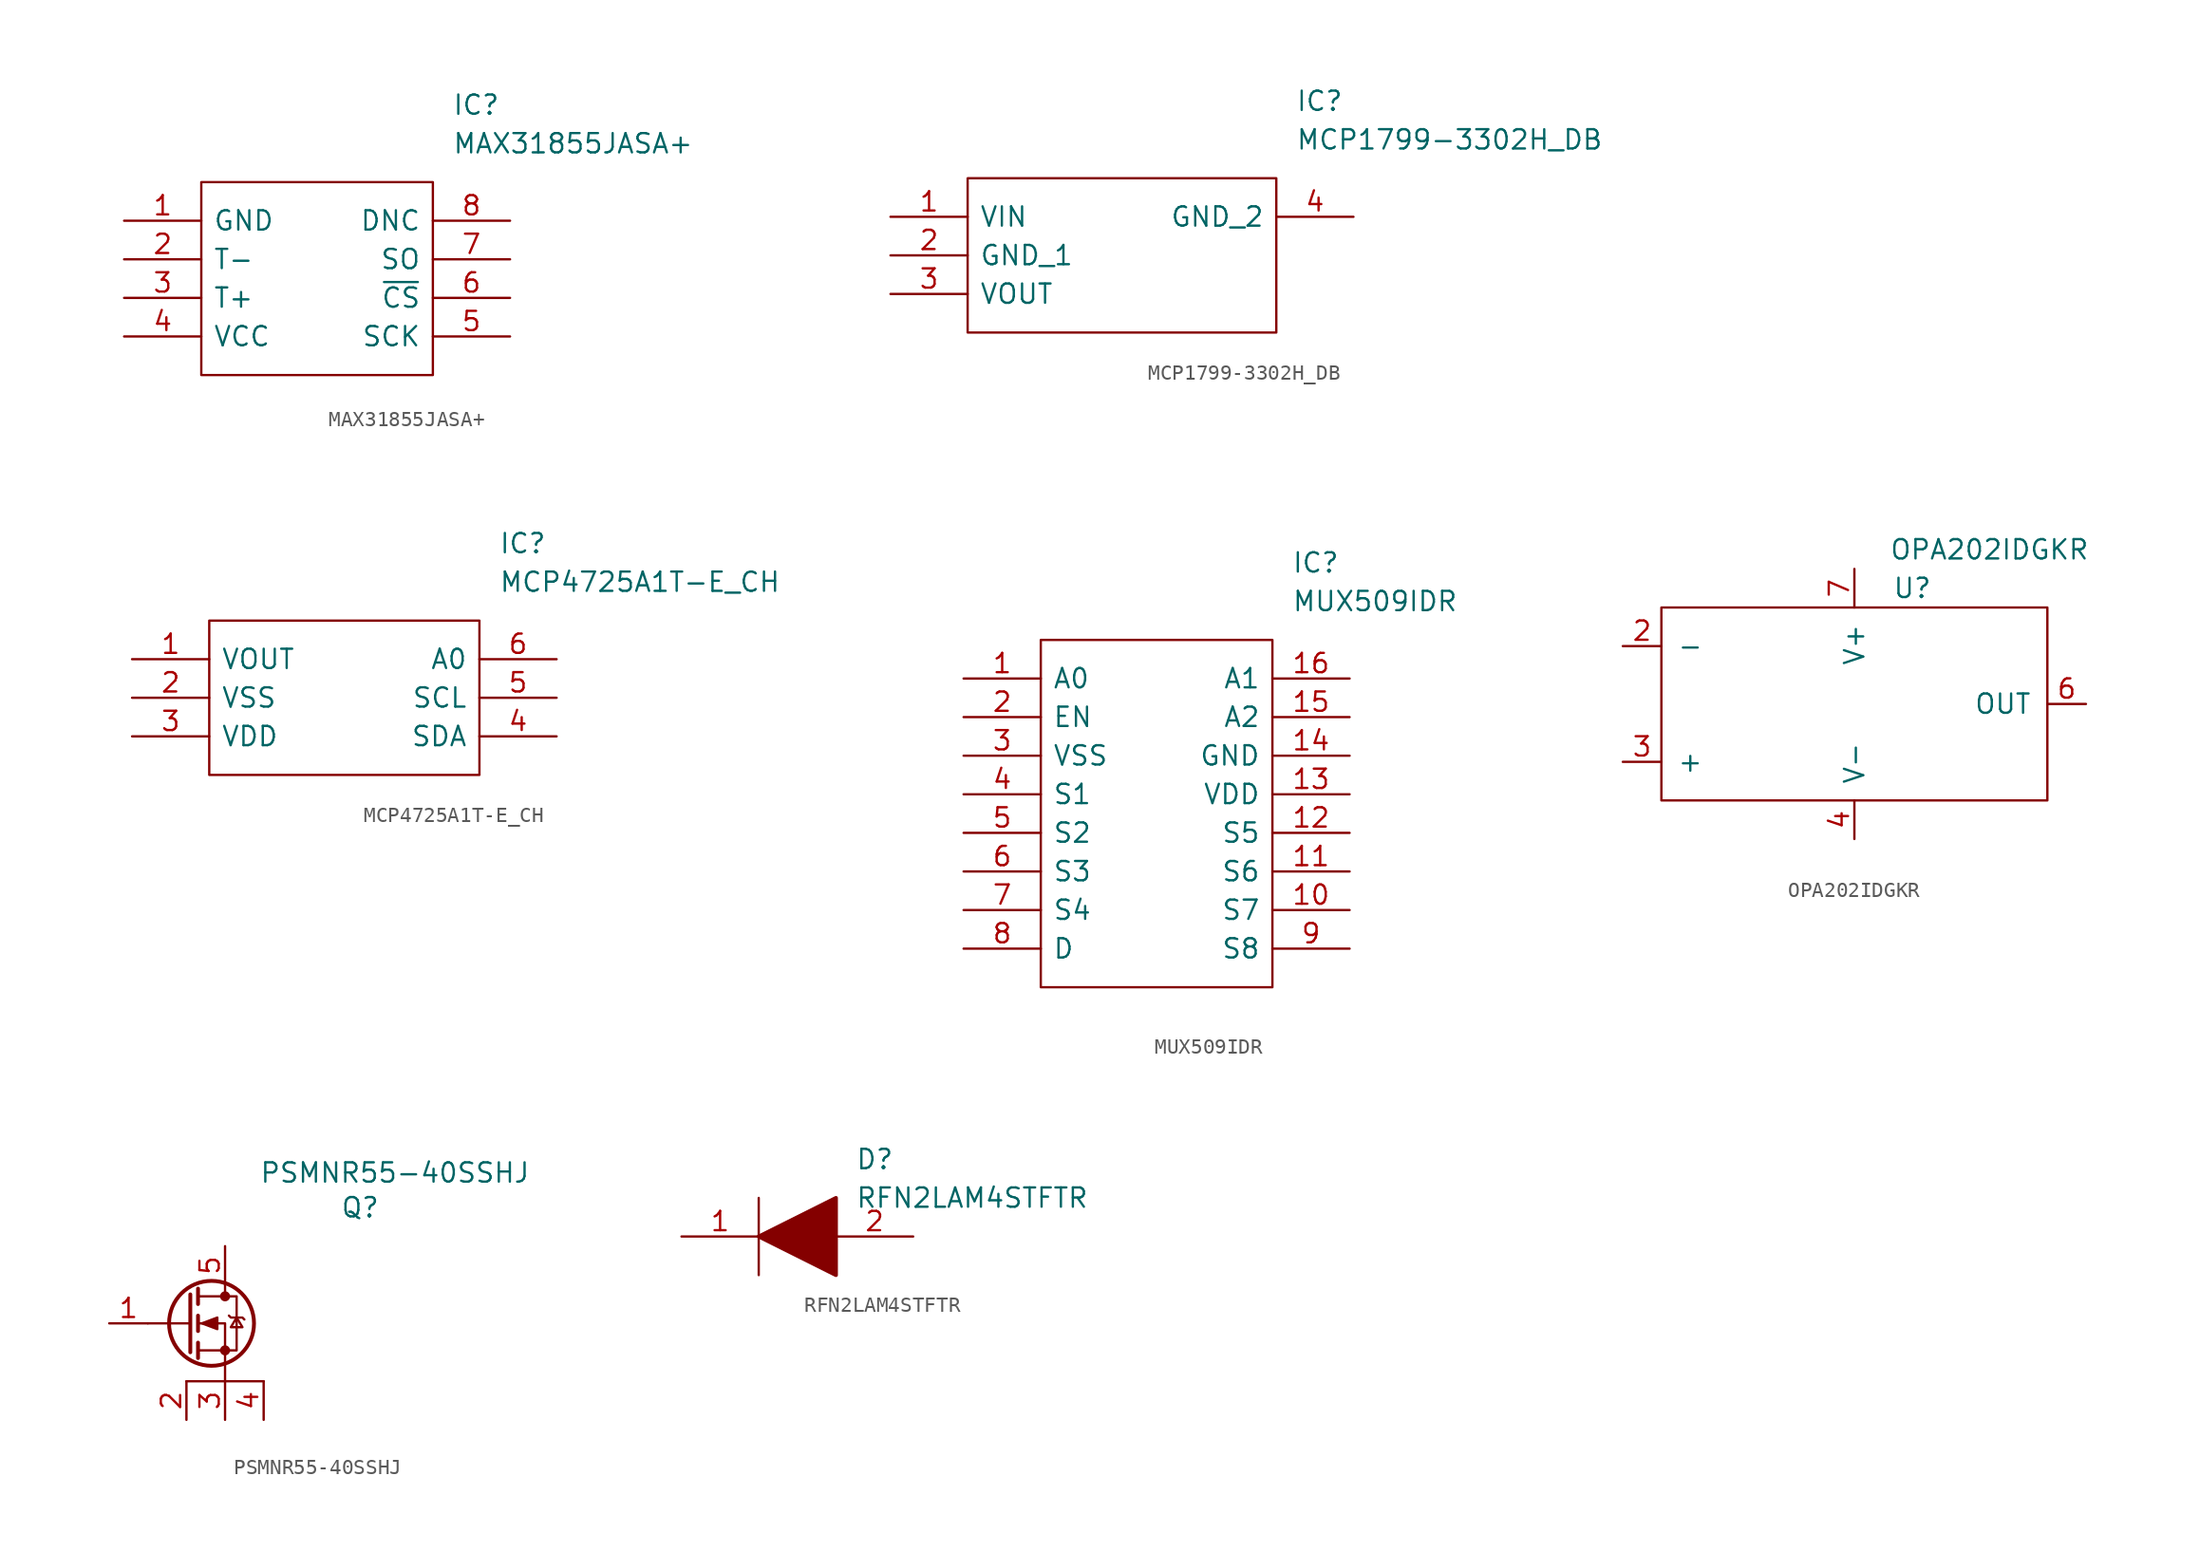
<source format=kicad_sym>
(kicad_symbol_lib
  (version 20231120)
  (generator "kicad_symbol_editor")
  (generator_version "8.0")
  (symbol "MAX31855JASA+"
    (pin_names
      (offset 0.762))
    (property "Reference" "IC"
      (at 21.59 7.62 0)
      (effects (font (size 1.27 1.27)) (justify left)))
    (property "Value" "MAX31855JASA+"
      (at 21.59 5.08 0)
      (effects (font (size 1.27 1.27)) (justify left)))
    (symbol "MAX31855JASA+_0_0"
      (pin power_in line (at 0 0 0) (length 5.08) (name "GND" (effects (font (size 1.27 1.27)))) (number "1" (effects (font (size 1.27 1.27)))))
      (pin passive line (at 0 -2.54 0) (length 5.08) (name "T-" (effects (font (size 1.27 1.27)))) (number "2" (effects (font (size 1.27 1.27)))))
      (pin passive line (at 0 -5.08 0) (length 5.08) (name "T+" (effects (font (size 1.27 1.27)))) (number "3" (effects (font (size 1.27 1.27)))))
      (pin power_in line (at 0 -7.62 0) (length 5.08) (name "VCC" (effects (font (size 1.27 1.27)))) (number "4" (effects (font (size 1.27 1.27)))))
      (pin passive line (at 25.4 -7.62 180) (length 5.08) (name "SCK" (effects (font (size 1.27 1.27)))) (number "5" (effects (font (size 1.27 1.27)))))
      (pin input line (at 25.4 -5.08 180) (length 5.08) (name "~{CS}" (effects (font (size 1.27 1.27)))) (number "6" (effects (font (size 1.27 1.27)))))
      (pin passive line (at 25.4 -2.54 180) (length 5.08) (name "SO" (effects (font (size 1.27 1.27)))) (number "7" (effects (font (size 1.27 1.27)))))
      (pin passive line (at 25.4 0 180) (length 5.08) (name "DNC" (effects (font (size 1.27 1.27)))) (number "8" (effects (font (size 1.27 1.27))))))
    (symbol "MAX31855JASA+_0_1"
      (polyline (pts (xy 5.08 2.54) (xy 20.32 2.54) (xy 20.32 -10.16) (xy 5.08 -10.16) (xy 5.08 2.54)) (stroke (width 0.152) (type solid)) (fill (type none)))))
  (symbol "MCP1799-3302H_DB"
    (pin_names
      (offset 0.762))
    (property "Reference" "IC"
      (at 26.67 7.62 0)
      (effects (font (size 1.27 1.27)) (justify left)))
    (property "Value" "MCP1799-3302H_DB"
      (at 26.67 5.08 0)
      (effects (font (size 1.27 1.27)) (justify left)))
    (symbol "MCP1799-3302H_DB_0_0"
      (pin power_in line (at 0 0 0) (length 5.08) (name "VIN" (effects (font (size 1.27 1.27)))) (number "1" (effects (font (size 1.27 1.27)))))
      (pin power_in line (at 0 -2.54 0) (length 5.08) (name "GND_1" (effects (font (size 1.27 1.27)))) (number "2" (effects (font (size 1.27 1.27)))))
      (pin power_in line (at 0 -5.08 0) (length 5.08) (name "VOUT" (effects (font (size 1.27 1.27)))) (number "3" (effects (font (size 1.27 1.27)))))
      (pin passive line (at 30.48 0 180) (length 5.08) (name "GND_2" (effects (font (size 1.27 1.27)))) (number "4" (effects (font (size 1.27 1.27))))))
    (symbol "MCP1799-3302H_DB_0_1"
      (polyline (pts (xy 5.08 2.54) (xy 25.4 2.54) (xy 25.4 -7.62) (xy 5.08 -7.62) (xy 5.08 2.54)) (stroke (width 0.152) (type solid)) (fill (type none)))))
  (symbol "MCP4725A1T-E_CH"
    (pin_names
      (offset 0.762))
    (property "Reference" "IC"
      (at 24.13 7.62 0)
      (effects (font (size 1.27 1.27)) (justify left)))
    (property "Value" "MCP4725A1T-E_CH"
      (at 24.13 5.08 0)
      (effects (font (size 1.27 1.27)) (justify left)))
    (symbol "MCP4725A1T-E_CH_0_0"
      (pin passive line (at 0 0 0) (length 5.08) (name "VOUT" (effects (font (size 1.27 1.27)))) (number "1" (effects (font (size 1.27 1.27)))))
      (pin passive line (at 0 -2.54 0) (length 5.08) (name "VSS" (effects (font (size 1.27 1.27)))) (number "2" (effects (font (size 1.27 1.27)))))
      (pin passive line (at 0 -5.08 0) (length 5.08) (name "VDD" (effects (font (size 1.27 1.27)))) (number "3" (effects (font (size 1.27 1.27)))))
      (pin passive line (at 27.94 -5.08 180) (length 5.08) (name "SDA" (effects (font (size 1.27 1.27)))) (number "4" (effects (font (size 1.27 1.27)))))
      (pin passive line (at 27.94 -2.54 180) (length 5.08) (name "SCL" (effects (font (size 1.27 1.27)))) (number "5" (effects (font (size 1.27 1.27)))))
      (pin passive line (at 27.94 0 180) (length 5.08) (name "A0" (effects (font (size 1.27 1.27)))) (number "6" (effects (font (size 1.27 1.27))))))
    (symbol "MCP4725A1T-E_CH_0_1"
      (polyline (pts (xy 5.08 2.54) (xy 22.86 2.54) (xy 22.86 -7.62) (xy 5.08 -7.62) (xy 5.08 2.54)) (stroke (width 0.152) (type solid)) (fill (type none)))))
  (symbol "MUX509IDR"
    (pin_names
      (offset 0.762))
    (property "Reference" "IC"
      (at 21.59 7.62 0)
      (effects (font (size 1.27 1.27)) (justify left)))
    (property "Value" "MUX509IDR"
      (at 21.59 5.08 0)
      (effects (font (size 1.27 1.27)) (justify left)))
    (symbol "MUX509IDR_0_0"
      (pin passive line (at 0 0 0) (length 5.08) (name "A0" (effects (font (size 1.27 1.27)))) (number "1" (effects (font (size 1.27 1.27)))))
      (pin passive line (at 25.4 -15.24 180) (length 5.08) (name "S7" (effects (font (size 1.27 1.27)))) (number "10" (effects (font (size 1.27 1.27)))))
      (pin passive line (at 25.4 -12.7 180) (length 5.08) (name "S6" (effects (font (size 1.27 1.27)))) (number "11" (effects (font (size 1.27 1.27)))))
      (pin passive line (at 25.4 -10.16 180) (length 5.08) (name "S5" (effects (font (size 1.27 1.27)))) (number "12" (effects (font (size 1.27 1.27)))))
      (pin passive line (at 25.4 -7.62 180) (length 5.08) (name "VDD" (effects (font (size 1.27 1.27)))) (number "13" (effects (font (size 1.27 1.27)))))
      (pin passive line (at 25.4 -5.08 180) (length 5.08) (name "GND" (effects (font (size 1.27 1.27)))) (number "14" (effects (font (size 1.27 1.27)))))
      (pin passive line (at 25.4 -2.54 180) (length 5.08) (name "A2" (effects (font (size 1.27 1.27)))) (number "15" (effects (font (size 1.27 1.27)))))
      (pin passive line (at 25.4 0 180) (length 5.08) (name "A1" (effects (font (size 1.27 1.27)))) (number "16" (effects (font (size 1.27 1.27)))))
      (pin passive line (at 0 -2.54 0) (length 5.08) (name "EN" (effects (font (size 1.27 1.27)))) (number "2" (effects (font (size 1.27 1.27)))))
      (pin passive line (at 0 -5.08 0) (length 5.08) (name "VSS" (effects (font (size 1.27 1.27)))) (number "3" (effects (font (size 1.27 1.27)))))
      (pin passive line (at 0 -7.62 0) (length 5.08) (name "S1" (effects (font (size 1.27 1.27)))) (number "4" (effects (font (size 1.27 1.27)))))
      (pin passive line (at 0 -10.16 0) (length 5.08) (name "S2" (effects (font (size 1.27 1.27)))) (number "5" (effects (font (size 1.27 1.27)))))
      (pin passive line (at 0 -12.7 0) (length 5.08) (name "S3" (effects (font (size 1.27 1.27)))) (number "6" (effects (font (size 1.27 1.27)))))
      (pin passive line (at 0 -15.24 0) (length 5.08) (name "S4" (effects (font (size 1.27 1.27)))) (number "7" (effects (font (size 1.27 1.27)))))
      (pin passive line (at 0 -17.78 0) (length 5.08) (name "D" (effects (font (size 1.27 1.27)))) (number "8" (effects (font (size 1.27 1.27)))))
      (pin passive line (at 25.4 -17.78 180) (length 5.08) (name "S8" (effects (font (size 1.27 1.27)))) (number "9" (effects (font (size 1.27 1.27))))))
    (symbol "MUX509IDR_0_1"
      (polyline (pts (xy 5.08 2.54) (xy 20.32 2.54) (xy 20.32 -20.32) (xy 5.08 -20.32) (xy 5.08 2.54)) (stroke (width 0.152) (type solid)) (fill (type none)))))
  (symbol "OPA202IDGKR"
    (pin_names
      (offset 1.016))
    (property "Reference" "U"
      (at 3.81 7.62 0)
      (effects (font (size 1.27 1.27))))
    (property "Value" "OPA202IDGKR"
      (at 8.89 10.16 0)
      (effects (font (size 1.27 1.27))))
    (symbol "OPA202IDGKR_0_0"
      (pin no_connect line (at 0 0 0) (length 2.54) hide (name "~" (effects (font (size 1.27 1.27)))) (number "1" (effects (font (size 1.27 1.27)))))
      (pin unspecified line (at -15.24 3.81 0) (length 2.54) (name "-" (effects (font (size 1.27 1.27)))) (number "2" (effects (font (size 1.27 1.27)))))
      (pin unspecified line (at -15.24 -3.81 0) (length 2.54) (name "+" (effects (font (size 1.27 1.27)))) (number "3" (effects (font (size 1.27 1.27)))))
      (pin unspecified line (at 0 -8.89 90) (length 2.54) (name "V-" (effects (font (size 1.27 1.27)))) (number "4" (effects (font (size 1.27 1.27)))))
      (pin no_connect line (at 0 0 0) (length 2.54) hide (name "~" (effects (font (size 1.27 1.27)))) (number "5" (effects (font (size 1.27 1.27)))))
      (pin unspecified line (at 15.24 0 180) (length 2.54) (name "OUT" (effects (font (size 1.27 1.27)))) (number "6" (effects (font (size 1.27 1.27)))))
      (pin unspecified line (at 0 8.89 270) (length 2.54) (name "V+" (effects (font (size 1.27 1.27)))) (number "7" (effects (font (size 1.27 1.27)))))
      (pin no_connect line (at 0 0 0) (length 2.54) hide (name "~" (effects (font (size 1.27 1.27)))) (number "8" (effects (font (size 1.27 1.27))))))
    (symbol "OPA202IDGKR_0_1"
      (rectangle (start -12.7 6.35) (end 12.7 -6.35) (stroke (width 0) (type solid)) (fill (type none)))))
  (symbol "PSMNR55-40SSHJ"
    (pin_names
      (offset 1.016))
    (property "Reference" "Q"
      (at -13.97 5.08 0)
      (effects (font (size 1.27 1.27))))
    (property "Value" "PSMNR55-40SSHJ"
      (at -11.684 7.366 0)
      (effects (font (size 1.27 1.27))))
    (symbol "PSMNR55-40SSHJ_0_0"
      (pin unspecified line (at -25.4 -8.89 90) (length 2.54) (name "~" (effects (font (size 1.27 1.27)))) (number "2" (effects (font (size 1.27 1.27)))))
      (pin unspecified line (at -22.86 -8.89 90) (length 2.54) (name "~" (effects (font (size 1.27 1.27)))) (number "3" (effects (font (size 1.27 1.27)))))
      (pin unspecified line (at -20.32 -8.89 90) (length 2.54) (name "~" (effects (font (size 1.27 1.27)))) (number "4" (effects (font (size 1.27 1.27)))))
      (pin unspecified line (at -22.86 2.54 270) (length 2.54) (name "~" (effects (font (size 1.27 1.27)))) (number "5" (effects (font (size 1.27 1.27))))))
    (symbol "PSMNR55-40SSHJ_0_1"
      (polyline (pts (xy -22.86 -5.08) (xy -22.86 -6.35) (xy -25.4 -6.35) (xy -20.32 -6.35)) (stroke (width 0) (type solid)) (fill (type none))))
    (symbol "PSMNR55-40SSHJ_1_1"
      (circle (center -23.749 -2.54) (radius 2.794) (stroke (width 0.254) (type solid)) (fill (type none)))
      (circle (center -22.86 -4.318) (radius 0.254) (stroke (width 0) (type solid)) (fill (type outline)))
      (circle (center -22.86 -0.762) (radius 0.254) (stroke (width 0) (type solid)) (fill (type outline)))
      (polyline (pts (xy -25.146 -2.54) (xy -27.94 -2.54)) (stroke (width 0) (type solid)) (fill (type none)))
      (polyline (pts (xy -25.146 -0.635) (xy -25.146 -4.445)) (stroke (width 0.254) (type solid)) (fill (type none)))
      (polyline (pts (xy -24.638 -3.81) (xy -24.638 -4.826)) (stroke (width 0.254) (type solid)) (fill (type none)))
      (polyline (pts (xy -24.638 -2.032) (xy -24.638 -3.048)) (stroke (width 0.254) (type solid)) (fill (type none)))
      (polyline (pts (xy -24.638 -0.254) (xy -24.638 -1.27)) (stroke (width 0.254) (type solid)) (fill (type none)))
      (polyline (pts (xy -22.86 0) (xy -22.86 -0.762)) (stroke (width 0) (type solid)) (fill (type none)))
      (polyline (pts (xy -22.86 -5.08) (xy -22.86 -2.54) (xy -24.638 -2.54)) (stroke (width 0) (type solid)) (fill (type none)))
      (polyline (pts (xy -24.638 -4.318) (xy -22.098 -4.318) (xy -22.098 -0.762) (xy -24.638 -0.762)) (stroke (width 0) (type solid)) (fill (type none)))
      (polyline (pts (xy -24.384 -2.54) (xy -23.368 -2.159) (xy -23.368 -2.921) (xy -24.384 -2.54)) (stroke (width 0) (type solid)) (fill (type outline)))
      (polyline (pts (xy -22.606 -2.032) (xy -22.479 -2.159) (xy -21.717 -2.159) (xy -21.59 -2.286)) (stroke (width 0) (type solid)) (fill (type none)))
      (polyline (pts (xy -22.098 -2.159) (xy -22.479 -2.794) (xy -21.717 -2.794) (xy -22.098 -2.159)) (stroke (width 0) (type solid)) (fill (type none)))
      (pin unspecified line (at -30.48 -2.54 0) (length 2.54) (name "~" (effects (font (size 1.27 1.27)))) (number "1" (effects (font (size 1.27 1.27)))))))
  (symbol "RFN2LAM4STFTR"
    (pin_names
      (offset 0.762))
    (property "Reference" "D"
      (at 11.43 5.08 0)
      (effects (font (size 1.27 1.27)) (justify left)))
    (property "Value" "RFN2LAM4STFTR"
      (at 11.43 2.54 0)
      (effects (font (size 1.27 1.27)) (justify left)))
    (symbol "RFN2LAM4STFTR_0_0"
      (pin passive line (at 0 0 0) (length 5.08) (name "~" (effects (font (size 1.27 1.27)))) (number "1" (effects (font (size 1.27 1.27)))))
      (pin passive line (at 15.24 0 180) (length 5.08) (name "~" (effects (font (size 1.27 1.27)))) (number "2" (effects (font (size 1.27 1.27))))))
    (symbol "RFN2LAM4STFTR_0_1"
      (polyline (pts (xy 5.08 2.54) (xy 5.08 -2.54)) (stroke (width 0.152) (type solid)) (fill (type none)))
      (polyline (pts (xy 5.08 0) (xy 10.16 2.54) (xy 10.16 -2.54) (xy 5.08 0)) (stroke (width 0.254) (type solid)) (fill (type outline))))))
</source>
